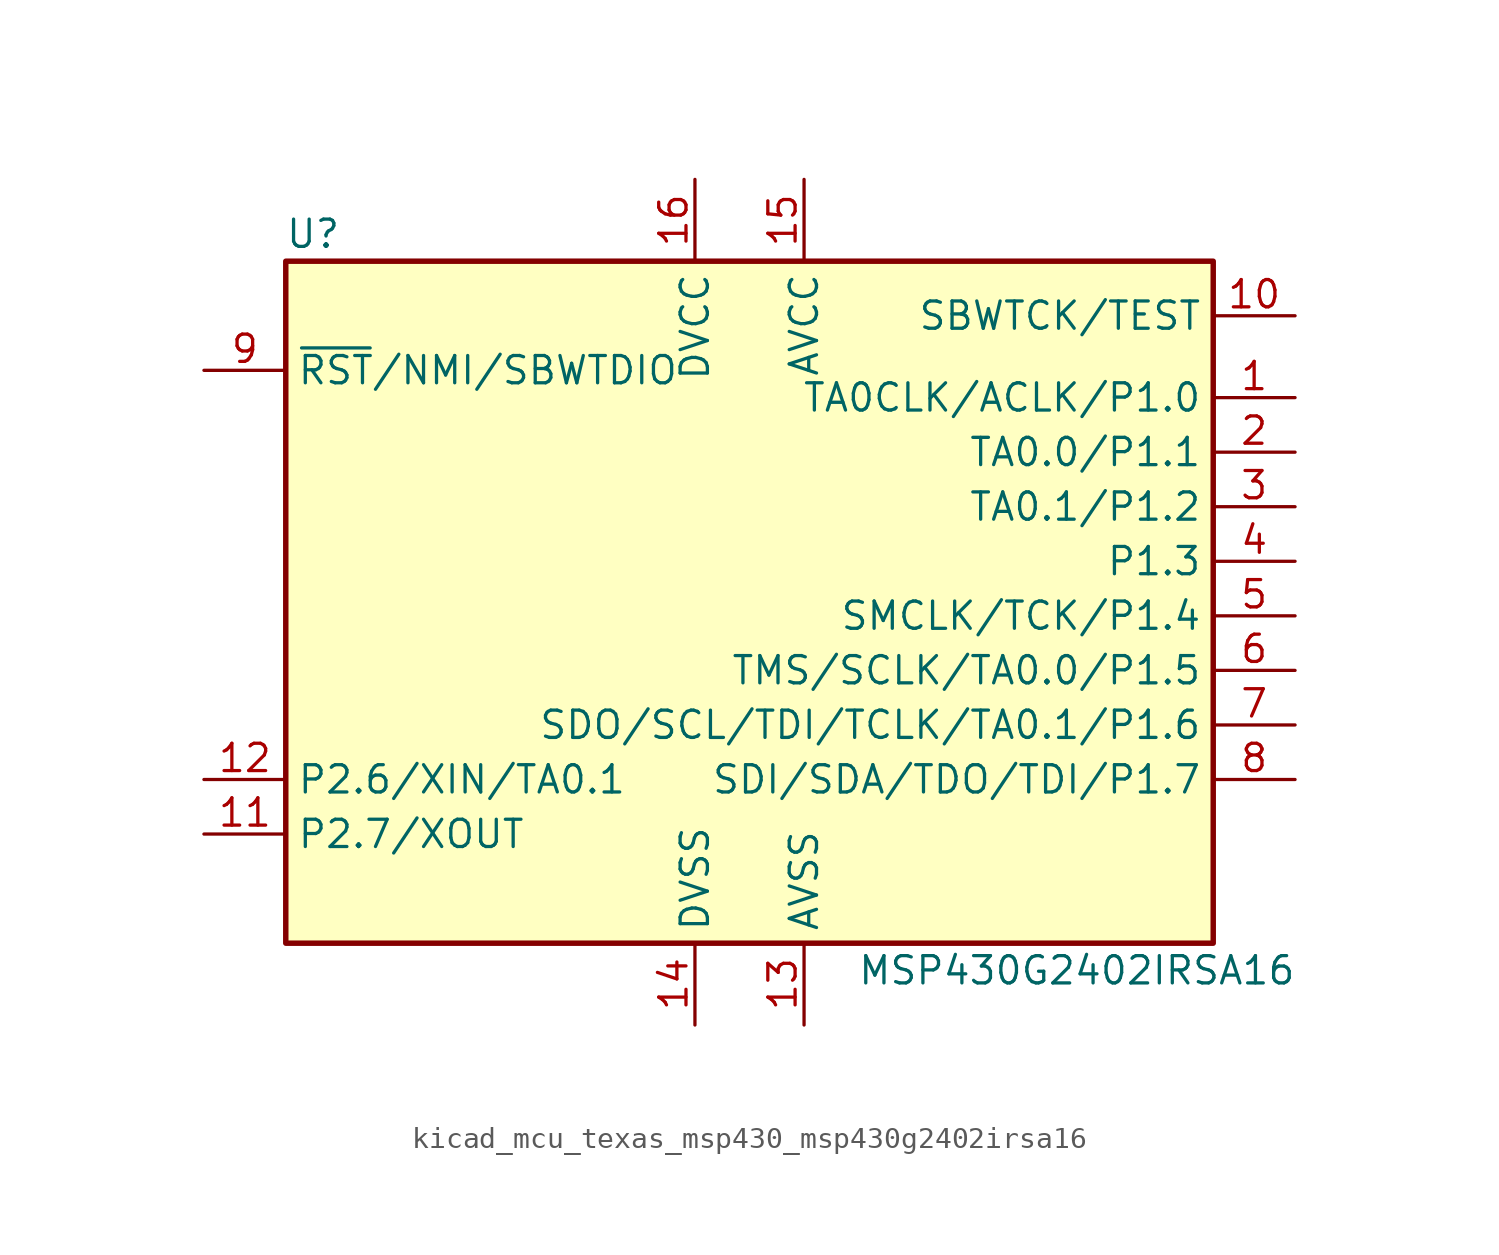
<source format=kicad_sym>
(kicad_symbol_lib
  (version 20220914)
  (generator kicad_symbol_editor)
  (symbol "kicad_mcu_texas_msp430_msp430g2402irsa16"
    (property "Reference" "U"
      (at -20.32 17.78 0)
      (effects (font (size 1.27 1.27))))
    (property "Value" "MSP430G2402IRSA16"
      (at 15.24 -16.51 0)
      (effects (font (size 1.27 1.27))))
    (symbol "kicad_mcu_texas_msp430_msp430g2402irsa16_0_1"
      (rectangle (start -21.59 16.51) (end 21.59 -15.24) (stroke (width 0.254) (type default)) (fill (type background))))
    (symbol "kicad_mcu_texas_msp430_msp430g2402irsa16_1_1"
      (pin bidirectional line (at 25.4 10.16 180) (length 3.81) (name "TA0CLK/ACLK/P1.0" (effects (font (size 1.27 1.27)))) (number "1" (effects (font (size 1.27 1.27)))))
      (pin input line (at 25.4 13.97 180) (length 3.81) (name "SBWTCK/TEST" (effects (font (size 1.27 1.27)))) (number "10" (effects (font (size 1.27 1.27)))))
      (pin bidirectional line (at -25.4 -10.16 0) (length 3.81) (name "P2.7/XOUT" (effects (font (size 1.27 1.27)))) (number "11" (effects (font (size 1.27 1.27)))))
      (pin bidirectional line (at -25.4 -7.62 0) (length 3.81) (name "P2.6/XIN/TA0.1" (effects (font (size 1.27 1.27)))) (number "12" (effects (font (size 1.27 1.27)))))
      (pin power_in line (at 2.54 -19.05 90) (length 3.81) (name "AVSS" (effects (font (size 1.27 1.27)))) (number "13" (effects (font (size 1.27 1.27)))))
      (pin power_in line (at -2.54 -19.05 90) (length 3.81) (name "DVSS" (effects (font (size 1.27 1.27)))) (number "14" (effects (font (size 1.27 1.27)))))
      (pin power_in line (at 2.54 20.32 270) (length 3.81) (name "AVCC" (effects (font (size 1.27 1.27)))) (number "15" (effects (font (size 1.27 1.27)))))
      (pin power_in line (at -2.54 20.32 270) (length 3.81) (name "DVCC" (effects (font (size 1.27 1.27)))) (number "16" (effects (font (size 1.27 1.27)))))
      (pin bidirectional line (at 25.4 7.62 180) (length 3.81) (name "TA0.0/P1.1" (effects (font (size 1.27 1.27)))) (number "2" (effects (font (size 1.27 1.27)))))
      (pin bidirectional line (at 25.4 5.08 180) (length 3.81) (name "TA0.1/P1.2" (effects (font (size 1.27 1.27)))) (number "3" (effects (font (size 1.27 1.27)))))
      (pin bidirectional line (at 25.4 2.54 180) (length 3.81) (name "P1.3" (effects (font (size 1.27 1.27)))) (number "4" (effects (font (size 1.27 1.27)))))
      (pin bidirectional line (at 25.4 0 180) (length 3.81) (name "SMCLK/TCK/P1.4" (effects (font (size 1.27 1.27)))) (number "5" (effects (font (size 1.27 1.27)))))
      (pin bidirectional line (at 25.4 -2.54 180) (length 3.81) (name "TMS/SCLK/TA0.0/P1.5" (effects (font (size 1.27 1.27)))) (number "6" (effects (font (size 1.27 1.27)))))
      (pin bidirectional line (at 25.4 -5.08 180) (length 3.81) (name "SDO/SCL/TDI/TCLK/TA0.1/P1.6" (effects (font (size 1.27 1.27)))) (number "7" (effects (font (size 1.27 1.27)))))
      (pin bidirectional line (at 25.4 -7.62 180) (length 3.81) (name "SDI/SDA/TDO/TDI/P1.7" (effects (font (size 1.27 1.27)))) (number "8" (effects (font (size 1.27 1.27)))))
      (pin input line (at -25.4 11.43 0) (length 3.81) (name "~{RST}/NMI/SBWTDIO" (effects (font (size 1.27 1.27)))) (number "9" (effects (font (size 1.27 1.27))))))))
</source>
